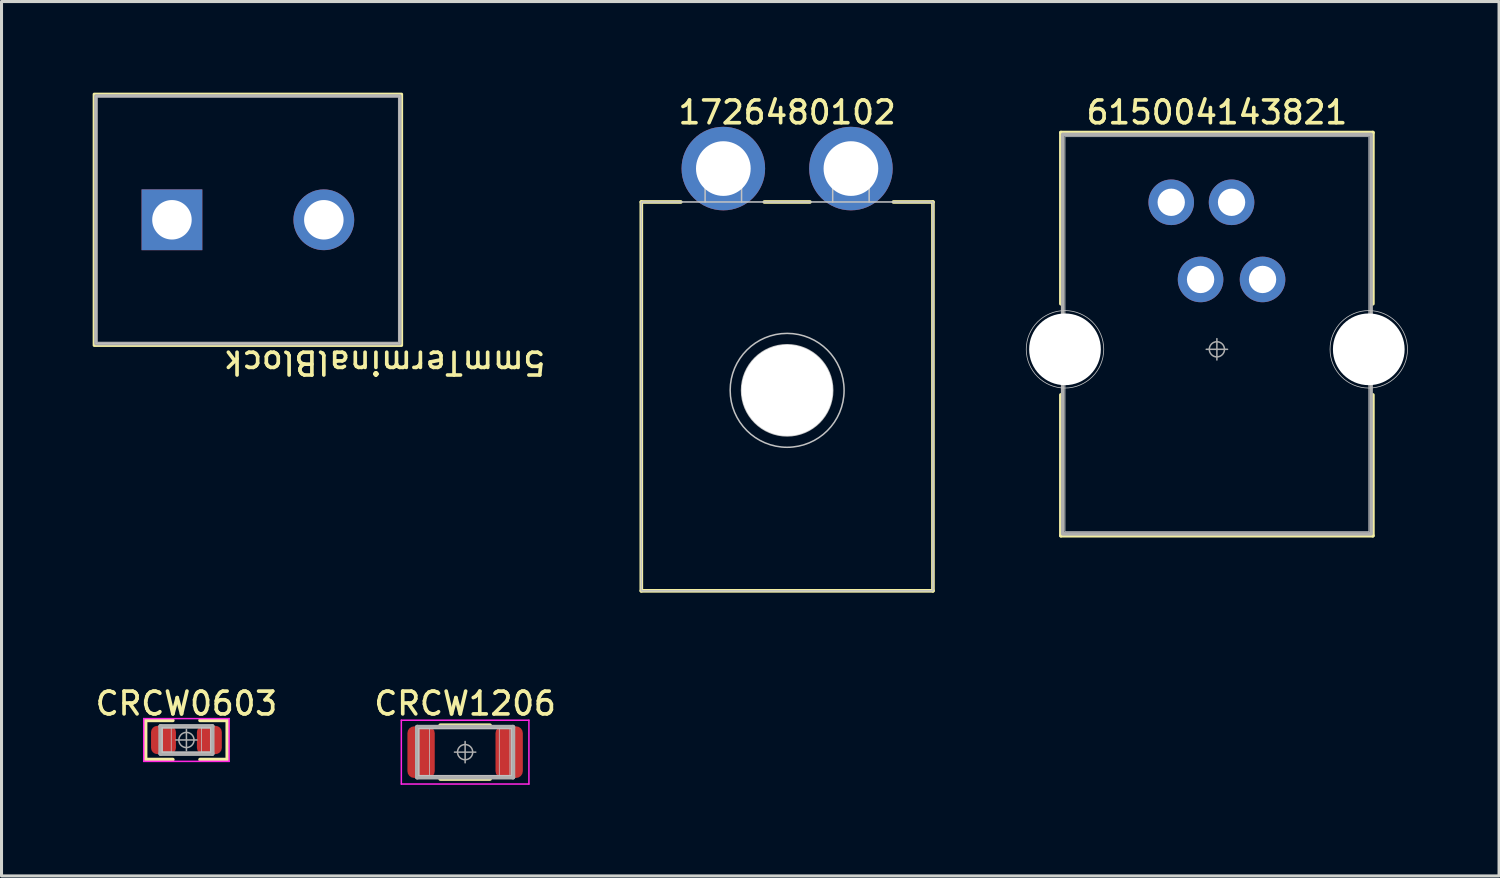
<source format=kicad_pcb>
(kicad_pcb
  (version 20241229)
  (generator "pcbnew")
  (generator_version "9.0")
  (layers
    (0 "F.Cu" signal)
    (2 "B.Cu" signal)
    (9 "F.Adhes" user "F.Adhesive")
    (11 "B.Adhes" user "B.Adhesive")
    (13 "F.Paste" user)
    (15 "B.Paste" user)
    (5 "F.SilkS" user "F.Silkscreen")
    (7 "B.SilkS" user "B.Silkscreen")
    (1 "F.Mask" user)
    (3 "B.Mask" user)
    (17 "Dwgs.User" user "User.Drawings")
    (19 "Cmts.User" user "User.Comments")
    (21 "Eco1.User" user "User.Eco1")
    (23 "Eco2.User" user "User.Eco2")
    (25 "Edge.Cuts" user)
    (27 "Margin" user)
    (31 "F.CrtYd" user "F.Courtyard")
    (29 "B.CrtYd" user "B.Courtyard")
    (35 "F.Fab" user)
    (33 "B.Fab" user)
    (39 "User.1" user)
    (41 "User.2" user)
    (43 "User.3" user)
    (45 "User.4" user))
  (footprint "CRCW0603"
    (layer "F.Cu")
    (at 3.087 21.309)
    (property "Reference" "CRCW0603" (at 0 -1.2 0) (layer "F.SilkS") (effects (font (size 0.75 0.75) (thickness 0.12))))
    (attr smd)
    (fp_line (start -1.345 -0.645) (end -0.448 -0.645) (stroke (width 0.12) (type solid)) (layer "F.SilkS"))
    (fp_line (start -1.345 0.645) (end -1.345 -0.645) (stroke (width 0.12) (type solid)) (layer "F.SilkS"))
    (fp_line (start -0.448 0.645) (end -1.345 0.645) (stroke (width 0.12) (type solid)) (layer "F.SilkS"))
    (fp_line (start 0.448 0.645) (end 1.345 0.645) (stroke (width 0.12) (type solid)) (layer "F.SilkS"))
    (fp_line (start 1.345 -0.645) (end 0.448 -0.645) (stroke (width 0.12) (type solid)) (layer "F.SilkS"))
    (fp_line (start 1.345 0.645) (end 1.345 -0.645) (stroke (width 0.12) (type solid)) (layer "F.SilkS"))
    (fp_line (start -0.8 -0.4) (end -0.5 -0.4) (stroke (width 0.025) (type solid)) (layer "Dwgs.User"))
    (fp_line (start -0.8 -0.4) (end 0.8 -0.4) (stroke (width 0.025) (type solid)) (layer "Dwgs.User"))
    (fp_line (start -0.8 0.4) (end -0.8 -0.4) (stroke (width 0.025) (type solid)) (layer "Dwgs.User"))
    (fp_line (start -0.8 0.4) (end -0.8 -0.4) (stroke (width 0.025) (type solid)) (layer "Dwgs.User"))
    (fp_line (start -0.5 -0.4) (end -0.5 0.4) (stroke (width 0.025) (type solid)) (layer "Dwgs.User"))
    (fp_line (start -0.5 0.4) (end -0.8 0.4) (stroke (width 0.025) (type solid)) (layer "Dwgs.User"))
    (fp_line (start 0.5 -0.4) (end 0.8 -0.4) (stroke (width 0.025) (type solid)) (layer "Dwgs.User"))
    (fp_line (start 0.5 0.4) (end 0.5 -0.4) (stroke (width 0.025) (type solid)) (layer "Dwgs.User"))
    (fp_line (start 0.8 -0.4) (end 0.8 0.4) (stroke (width 0.025) (type solid)) (layer "Dwgs.User"))
    (fp_line (start 0.8 -0.4) (end 0.8 0.4) (stroke (width 0.025) (type solid)) (layer "Dwgs.User"))
    (fp_line (start 0.8 0.4) (end -0.8 0.4) (stroke (width 0.025) (type solid)) (layer "Dwgs.User"))
    (fp_line (start 0.8 0.4) (end 0.5 0.4) (stroke (width 0.025) (type solid)) (layer "Dwgs.User"))
    (fp_line (start -1.405 -0.704) (end 1.405 -0.704) (stroke (width 0.05) (type solid)) (layer "F.CrtYd"))
    (fp_line (start -1.405 0.704) (end -1.405 -0.704) (stroke (width 0.05) (type solid)) (layer "F.CrtYd"))
    (fp_line (start 1.405 -0.704) (end 1.405 0.704) (stroke (width 0.05) (type solid)) (layer "F.CrtYd"))
    (fp_line (start 1.405 0.704) (end -1.405 0.704) (stroke (width 0.05) (type solid)) (layer "F.CrtYd"))
    (fp_line (start -0.85 -0.45) (end 0.85 -0.45) (stroke (width 0.15) (type solid)) (layer "F.Fab"))
    (fp_line (start -0.85 0.45) (end -0.85 -0.45) (stroke (width 0.15) (type solid)) (layer "F.Fab"))
    (fp_line (start 0 -0.35) (end 0 0.35) (stroke (width 0.05) (type solid)) (layer "F.Fab"))
    (fp_line (start 0.35 0) (end -0.35 0) (stroke (width 0.05) (type solid)) (layer "F.Fab"))
    (fp_line (start 0.85 -0.45) (end 0.85 0.45) (stroke (width 0.15) (type solid)) (layer "F.Fab"))
    (fp_line (start 0.85 0.45) (end -0.85 0.45) (stroke (width 0.15) (type solid)) (layer "F.Fab"))
    (fp_circle (center 0 0) (end 0.25 0) (stroke (width 0.05) (type solid)) (fill no) (layer "F.Fab"))
    (pad "1" smd roundrect (at -0.755 0) (size 0.82 0.929) (layers "F.Cu" "F.Mask" "F.Paste") (roundrect_rratio 0.25))
    (pad "2" smd roundrect (at 0.755 0) (size 0.82 0.929) (layers "F.Cu" "F.Mask" "F.Paste") (roundrect_rratio 0.25)))
  (footprint "CRCW1206"
    (layer "F.Cu")
    (at 12.261 21.709)
    (property "Reference" "CRCW1206" (at 0 -1.6 0) (layer "F.SilkS") (effects (font (size 0.75 0.75) (thickness 0.12))))
    (attr smd)
    (fp_line (start -0.82 -0.885) (end 0.82 -0.885) (stroke (width 0.12) (type solid)) (layer "F.SilkS"))
    (fp_line (start -0.82 0.885) (end 0.82 0.885) (stroke (width 0.12) (type solid)) (layer "F.SilkS"))
    (fp_line (start -1.525 -0.775) (end -1.175 -0.775) (stroke (width 0.025) (type solid)) (layer "Dwgs.User"))
    (fp_line (start -1.525 -0.775) (end 1.525 -0.775) (stroke (width 0.025) (type solid)) (layer "Dwgs.User"))
    (fp_line (start -1.525 0.775) (end -1.525 -0.775) (stroke (width 0.025) (type solid)) (layer "Dwgs.User"))
    (fp_line (start -1.525 0.775) (end -1.525 -0.775) (stroke (width 0.025) (type solid)) (layer "Dwgs.User"))
    (fp_line (start -1.175 -0.775) (end -1.175 0.775) (stroke (width 0.025) (type solid)) (layer "Dwgs.User"))
    (fp_line (start -1.175 0.775) (end -1.525 0.775) (stroke (width 0.025) (type solid)) (layer "Dwgs.User"))
    (fp_line (start 1.125 -0.775) (end 1.475 -0.775) (stroke (width 0.025) (type solid)) (layer "Dwgs.User"))
    (fp_line (start 1.125 0.775) (end 1.125 -0.775) (stroke (width 0.025) (type solid)) (layer "Dwgs.User"))
    (fp_line (start 1.475 -0.775) (end 1.475 0.775) (stroke (width 0.025) (type solid)) (layer "Dwgs.User"))
    (fp_line (start 1.475 0.775) (end 1.125 0.775) (stroke (width 0.025) (type solid)) (layer "Dwgs.User"))
    (fp_line (start 1.525 -0.775) (end 1.525 0.775) (stroke (width 0.025) (type solid)) (layer "Dwgs.User"))
    (fp_line (start 1.525 0.775) (end -1.525 0.775) (stroke (width 0.025) (type solid)) (layer "Dwgs.User"))
    (fp_line (start -2.1 -1.05) (end 2.1 -1.05) (stroke (width 0.05) (type solid)) (layer "F.CrtYd"))
    (fp_line (start -2.1 1.05) (end -2.1 -1.05) (stroke (width 0.05) (type solid)) (layer "F.CrtYd"))
    (fp_line (start 2.1 -1.05) (end 2.1 1.05) (stroke (width 0.05) (type solid)) (layer "F.CrtYd"))
    (fp_line (start 2.1 1.05) (end -2.1 1.05) (stroke (width 0.05) (type solid)) (layer "F.CrtYd"))
    (fp_line (start -1.575 -0.825) (end 1.575 -0.825) (stroke (width 0.15) (type solid)) (layer "F.Fab"))
    (fp_line (start -1.575 0.825) (end -1.575 -0.825) (stroke (width 0.15) (type solid)) (layer "F.Fab"))
    (fp_line (start 0 -0.35) (end 0 0.35) (stroke (width 0.05) (type solid)) (layer "F.Fab"))
    (fp_line (start 0.35 0) (end -0.35 0) (stroke (width 0.05) (type solid)) (layer "F.Fab"))
    (fp_line (start 1.575 -0.825) (end 1.575 0.825) (stroke (width 0.15) (type solid)) (layer "F.Fab"))
    (fp_line (start 1.575 0.825) (end -1.575 0.825) (stroke (width 0.15) (type solid)) (layer "F.Fab"))
    (fp_circle (center 0 0) (end 0.25 0) (stroke (width 0.05) (type solid)) (fill no) (layer "F.Fab"))
    (pad "1" smd roundrect (at -1.45 0) (size 0.9 1.7) (layers "F.Cu" "F.Mask" "F.Paste") (roundrect_rratio 0.25))
    (pad "2" smd roundrect (at 1.45 0) (size 0.9 1.7) (layers "F.Cu" "F.Mask" "F.Paste") (roundrect_rratio 0.25)))
  (footprint "5mmTerminalBlock"
    (layer "F.Cu")
    (at 5.11 4.185)
    (property "Reference" "5mmTerminalBlock" (at 4.5 4.7 180) (unlocked yes) (layer "F.SilkS") (effects (font (size 0.75 0.75) (thickness 0.12))))
    (attr through_hole)
    (fp_rect (start -5.06 -4.135) (end 5.06 4.135) (stroke (width 0.1) (type default)) (fill no) (layer "F.SilkS"))
    (fp_rect (start -5 -4.075) (end 5 4.075) (stroke (width 0.025) (type default)) (fill no) (layer "Dwgs.User"))
    (fp_rect (start -3 -0.25) (end -2 0.25) (stroke (width 0.025) (type default)) (fill no) (layer "Dwgs.User"))
    (fp_rect (start 2 -0.25) (end 3 0.25) (stroke (width 0.025) (type default)) (fill no) (layer "Dwgs.User"))
    (fp_rect (start -5 -4.075) (end 5 4.075) (stroke (width 0.12) (type default)) (fill no) (layer "F.Fab"))
    (pad "1" thru_hole rect (at -2.5 0) (size 2 2) (drill 1.3) (layers "*.Cu" "*.Mask"))
    (pad "2" thru_hole circle (at 2.5 0) (size 2 2) (drill 1.3) (layers "*.Cu" "*.Mask")))
  (footprint "615004143821"
    (layer "F.Cu")
    (at 37.008 8.449)
    (property "Reference" "615004143821" (at 0 -7.8 0) (unlocked yes) (layer "F.SilkS") (effects (font (size 0.75 0.75) (thickness 0.12))))
    (attr through_hole)
    (fp_line (start -5.135 -7.135) (end -5.135 -1.5) (stroke (width 0.12) (type default)) (layer "F.SilkS"))
    (fp_line (start -5.135 -7.135) (end 5.135 -7.135) (stroke (width 0.12) (type default)) (layer "F.SilkS"))
    (fp_line (start -5.135 6.135) (end -5.135 1.5) (stroke (width 0.12) (type default)) (layer "F.SilkS"))
    (fp_line (start 5.135 -7.135) (end 5.135 -1.5) (stroke (width 0.12) (type default)) (layer "F.SilkS"))
    (fp_line (start 5.135 1.5) (end 5.135 6.135) (stroke (width 0.12) (type default)) (layer "F.SilkS"))
    (fp_line (start 5.135 6.135) (end -5.135 6.135) (stroke (width 0.12) (type default)) (layer "F.SilkS"))
    (fp_rect (start -5 -7) (end 5 6) (stroke (width 0.025) (type default)) (fill no) (layer "Dwgs.User"))
    (fp_circle (center -5 0) (end -3.9 0) (stroke (width 0.025) (type default)) (fill no) (layer "Dwgs.User"))
    (fp_circle (center -5 0) (end -3.725 0) (stroke (width 0.025) (type default)) (fill no) (layer "Dwgs.User"))
    (fp_circle (center 5 0) (end 6.1 0) (stroke (width 0.025) (type default)) (fill no) (layer "Dwgs.User"))
    (fp_circle (center 5 0) (end 6.275 0) (stroke (width 0.025) (type default)) (fill no) (layer "Dwgs.User"))
    (fp_line (start 0 -0.35) (end 0 0.35) (stroke (width 0.05) (type solid)) (layer "F.Fab"))
    (fp_line (start 0.35 0) (end -0.35 0) (stroke (width 0.05) (type solid)) (layer "F.Fab"))
    (fp_rect (start -5.075 -7.075) (end 5.075 6.075) (stroke (width 0.12) (type default)) (fill no) (layer "F.Fab"))
    (fp_circle (center 0 0) (end 0.25 0) (stroke (width 0.05) (type solid)) (fill no) (layer "F.Fab"))
    (pad "" np_thru_hole circle (at -5 0) (size 2.36 2.36) (drill 2.36) (layers "*.Cu" "*.Mask"))
    (pad "" np_thru_hole circle (at 5 0) (size 2.36 2.36) (drill 2.36) (layers "*.Cu" "*.Mask"))
    (pad "1" thru_hole circle (at 1.503 -2.3) (size 1.5 1.5) (drill 0.9) (layers "*.Cu" "*.Mask"))
    (pad "2" thru_hole circle (at 0.483 -4.84) (size 1.5 1.5) (drill 0.9) (layers "*.Cu" "*.Mask"))
    (pad "3" thru_hole circle (at -1.503 -4.84) (size 1.5 1.5) (drill 0.9) (layers "*.Cu" "*.Mask"))
    (pad "4" thru_hole circle (at -0.537 -2.3) (size 1.5 1.5) (drill 0.9) (layers "*.Cu" "*.Mask")))
  (footprint "1726480102"
    (layer "F.Cu")
    (at 22.861 6.149)
    (property "Reference" "1726480102" (at 0 -5.5 0) (unlocked yes) (layer "F.SilkS") (effects (font (size 0.75 0.75) (thickness 0.12))))
    (attr through_hole)
    (fp_line (start -4.8 -2.55) (end -4.8 10.25) (stroke (width 0.12) (type default)) (layer "F.SilkS"))
    (fp_line (start -4.8 10.25) (end 4.8 10.25) (stroke (width 0.12) (type default)) (layer "F.SilkS"))
    (fp_line (start -3.5 -2.55) (end -4.8 -2.55) (stroke (width 0.12) (type default)) (layer "F.SilkS"))
    (fp_line (start -0.75 -2.55) (end 0.75 -2.55) (stroke (width 0.12) (type default)) (layer "F.SilkS"))
    (fp_line (start 4.8 -2.55) (end 3.5 -2.55) (stroke (width 0.12) (type default)) (layer "F.SilkS"))
    (fp_line (start 4.8 10.25) (end 4.8 -2.55) (stroke (width 0.12) (type default)) (layer "F.SilkS"))
    (fp_line (start -2.7 -3.05) (end -2.7 -2.55) (stroke (width 0.05) (type default)) (layer "Dwgs.User"))
    (fp_line (start -1.5 -3.05) (end -1.5 -2.55) (stroke (width 0.05) (type default)) (layer "Dwgs.User"))
    (fp_line (start 1.5 -3.05) (end 1.5 -2.55) (stroke (width 0.05) (type default)) (layer "Dwgs.User"))
    (fp_line (start 2.7 -3.05) (end 2.7 -2.55) (stroke (width 0.05) (type default)) (layer "Dwgs.User"))
    (fp_rect (start -4.8 -2.55) (end 4.8 10.25) (stroke (width 0.05) (type default)) (fill no) (layer "Dwgs.User"))
    (fp_rect (start -2.7 -4.25) (end -1.5 -3.05) (stroke (width 0.05) (type default)) (fill no) (layer "Dwgs.User"))
    (fp_rect (start 1.5 -4.25) (end 2.7 -3.05) (stroke (width 0.05) (type default)) (fill no) (layer "Dwgs.User"))
    (fp_circle (center 0 3.65) (end 1.5 3.65) (stroke (width 0.05) (type default)) (fill no) (layer "Dwgs.User"))
    (fp_circle (center 0 3.65) (end 1.875 3.65) (stroke (width 0.05) (type default)) (fill no) (layer "Dwgs.User"))
    (pad "" np_thru_hole circle (at 0 3.65) (size 3 3) (drill 3) (layers "*.Cu" "*.Mask"))
    (pad "1" thru_hole circle (at -2.1 -3.65) (size 2.75 2.75) (drill 1.8) (layers "*.Cu" "*.Mask"))
    (pad "2" thru_hole circle (at 2.1 -3.65) (size 2.75 2.75) (drill 1.8) (layers "*.Cu" "*.Mask")))
  (gr_rect
    (start -3 -3)
    (end 46.296 25.784)
    (stroke (width 0.1) (type default))
    (fill no)
    (layer "Edge.Cuts")))
</source>
